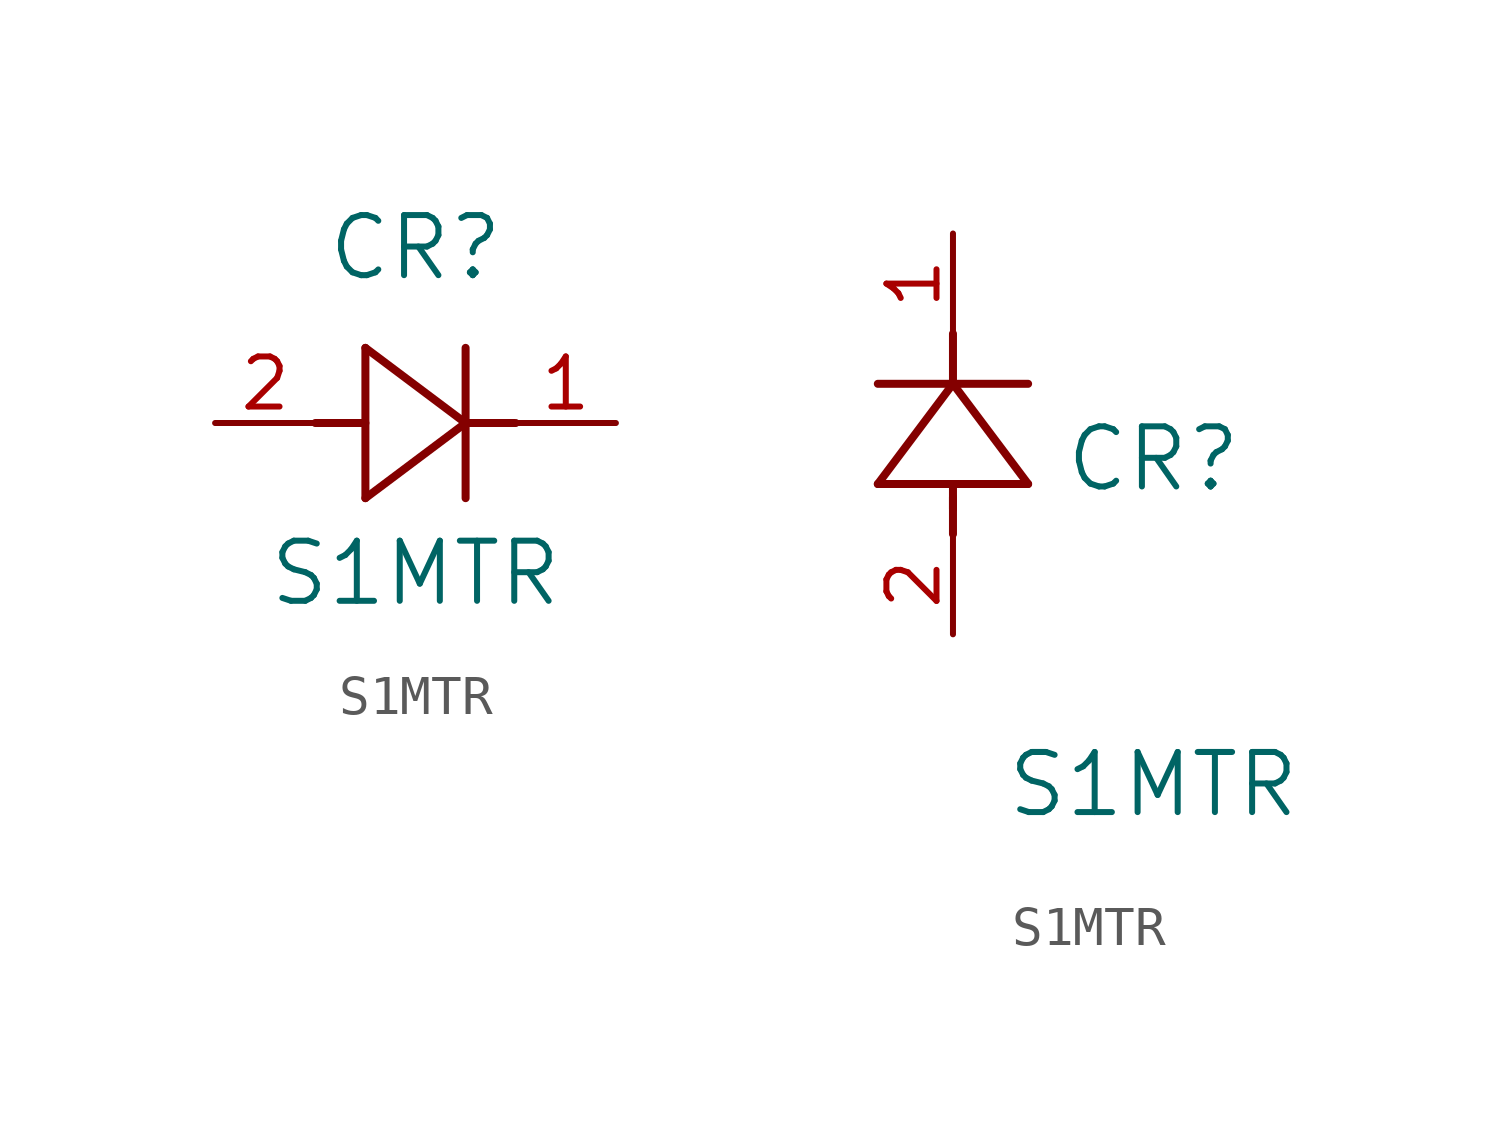
<source format=kicad_sym>
(kicad_symbol_lib
  (version 20211014)
  (generator kicad_symbol_editor)
  (symbol "S1MTR"
    (pin_names
      (offset 0.254))
    (property "Reference" "CR"
      (at 5.08 4.445 0)
      (effects (font (size 1.524 1.524))))
    (property "Value" "S1MTR"
      (at 5.08 -3.81 0)
      (effects (font (size 1.524 1.524))))
    (symbol "S1MTR_1_1"
      (polyline (pts (xy 2.54 0) (xy 3.48 0)) (stroke (width 0.203) (type default) (color 0 0 0 0)) (fill (type none)))
      (polyline (pts (xy 3.81 1.905) (xy 3.81 -1.905)) (stroke (width 0.203) (type default) (color 0 0 0 0)) (fill (type none)))
      (polyline (pts (xy 3.175 0) (xy 3.81 0)) (stroke (width 0.203) (type default) (color 0 0 0 0)) (fill (type none)))
      (polyline (pts (xy 6.35 -1.905) (xy 6.35 1.905)) (stroke (width 0.203) (type default) (color 0 0 0 0)) (fill (type none)))
      (polyline (pts (xy 6.35 0) (xy 7.62 0)) (stroke (width 0.203) (type default) (color 0 0 0 0)) (fill (type none)))
      (polyline (pts (xy 6.35 0) (xy 3.81 1.905)) (stroke (width 0.203) (type default) (color 0 0 0 0)) (fill (type none)))
      (polyline (pts (xy 3.81 -1.905) (xy 6.35 0)) (stroke (width 0.203) (type default) (color 0 0 0 0)) (fill (type none)))
      (pin unspecified line (at 0 0 0) (length 2.54) (name "" (effects (font (size 1.27 1.27)))) (number "2" (effects (font (size 1.27 1.27)))))
      (pin unspecified line (at 10.16 0 180) (length 2.54) (name "" (effects (font (size 1.27 1.27)))) (number "1" (effects (font (size 1.27 1.27))))))
    (symbol "S1MTR_1_2"
      (polyline (pts (xy 0 2.54) (xy 0 3.48)) (stroke (width 0.203) (type default) (color 0 0 0 0)) (fill (type none)))
      (polyline (pts (xy -1.905 3.81) (xy 1.905 3.81)) (stroke (width 0.203) (type default) (color 0 0 0 0)) (fill (type none)))
      (polyline (pts (xy 0 3.175) (xy 0 3.81)) (stroke (width 0.203) (type default) (color 0 0 0 0)) (fill (type none)))
      (polyline (pts (xy 1.905 6.35) (xy -1.905 6.35)) (stroke (width 0.203) (type default) (color 0 0 0 0)) (fill (type none)))
      (polyline (pts (xy 0 6.35) (xy 0 7.62)) (stroke (width 0.203) (type default) (color 0 0 0 0)) (fill (type none)))
      (polyline (pts (xy 0 6.35) (xy -1.905 3.81)) (stroke (width 0.203) (type default) (color 0 0 0 0)) (fill (type none)))
      (polyline (pts (xy 1.905 3.81) (xy 0 6.35)) (stroke (width 0.203) (type default) (color 0 0 0 0)) (fill (type none)))
      (pin unspecified line (at 0 0 90) (length 2.54) (name "" (effects (font (size 1.27 1.27)))) (number "2" (effects (font (size 1.27 1.27)))))
      (pin unspecified line (at 0 10.16 270) (length 2.54) (name "" (effects (font (size 1.27 1.27)))) (number "1" (effects (font (size 1.27 1.27))))))))
</source>
